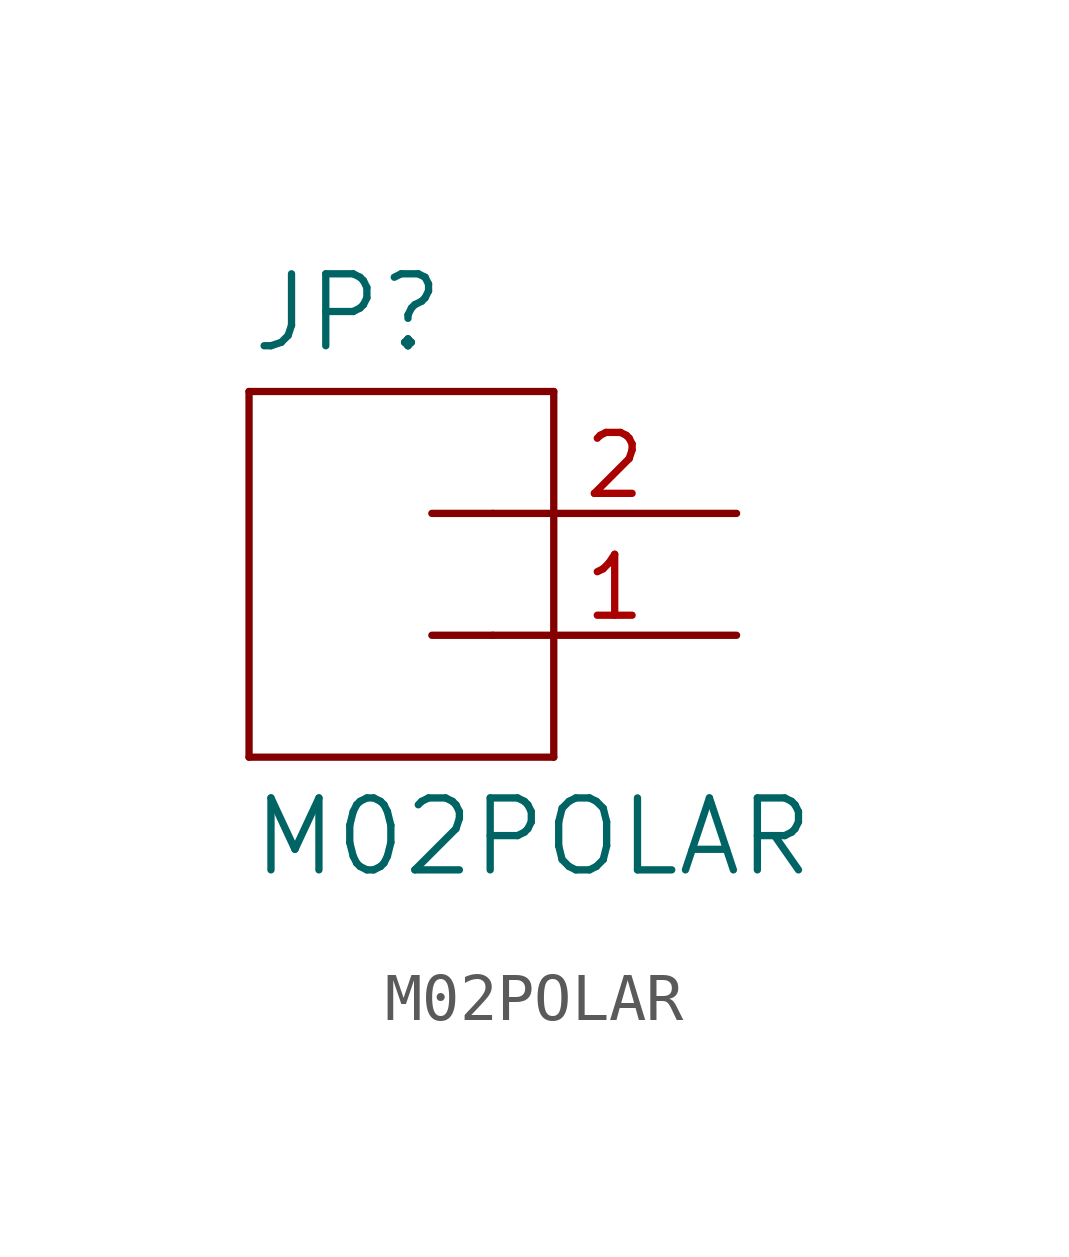
<source format=kicad_sym>
(kicad_symbol_lib
  (version 20211014)
  (generator kicad_symbol_editor)
  (symbol "M02POLAR"
    (pin_names
      (offset 1.016))
    (property "Reference" "JP"
      (at -2.54 5.842 0)
      (effects (font (size 1.499 1.499)) (justify left bottom)))
    (property "Value" "M02POLAR"
      (at -2.54 -5.08 0)
      (effects (font (size 1.499 1.499)) (justify left bottom)))
    (property "ki_locked" ""
      (at 0 0 0)
      (effects (font (size 1.27 1.27))))
    (symbol "M02POLAR_1_0"
      (polyline (pts (xy -2.54 5.08) (xy -2.54 -2.54)) (stroke (width 0) (type default) (color 0 0 0 0)) (fill (type none)))
      (polyline (pts (xy -2.54 5.08) (xy 3.81 5.08)) (stroke (width 0) (type default) (color 0 0 0 0)) (fill (type none)))
      (polyline (pts (xy 1.27 0) (xy 2.54 0)) (stroke (width 0) (type default) (color 0 0 0 0)) (fill (type none)))
      (polyline (pts (xy 1.27 2.54) (xy 2.54 2.54)) (stroke (width 0) (type default) (color 0 0 0 0)) (fill (type none)))
      (polyline (pts (xy 3.81 -2.54) (xy -2.54 -2.54)) (stroke (width 0) (type default) (color 0 0 0 0)) (fill (type none)))
      (polyline (pts (xy 3.81 -2.54) (xy 3.81 5.08)) (stroke (width 0) (type default) (color 0 0 0 0)) (fill (type none)))
      (pin passive line (at 7.62 0 180) (length 5.08) (name "1" (effects (font (size 0 0)))) (number "1" (effects (font (size 1.27 1.27)))))
      (pin passive line (at 7.62 2.54 180) (length 5.08) (name "2" (effects (font (size 0 0)))) (number "2" (effects (font (size 1.27 1.27))))))))
</source>
